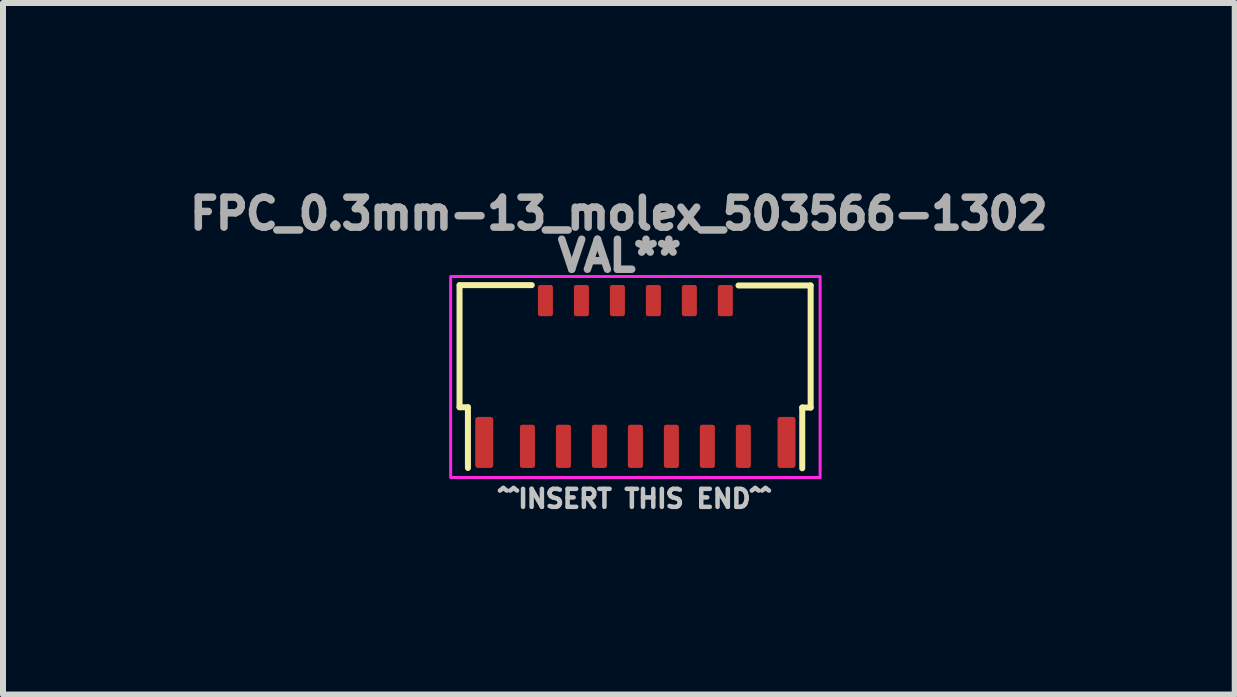
<source format=kicad_pcb>
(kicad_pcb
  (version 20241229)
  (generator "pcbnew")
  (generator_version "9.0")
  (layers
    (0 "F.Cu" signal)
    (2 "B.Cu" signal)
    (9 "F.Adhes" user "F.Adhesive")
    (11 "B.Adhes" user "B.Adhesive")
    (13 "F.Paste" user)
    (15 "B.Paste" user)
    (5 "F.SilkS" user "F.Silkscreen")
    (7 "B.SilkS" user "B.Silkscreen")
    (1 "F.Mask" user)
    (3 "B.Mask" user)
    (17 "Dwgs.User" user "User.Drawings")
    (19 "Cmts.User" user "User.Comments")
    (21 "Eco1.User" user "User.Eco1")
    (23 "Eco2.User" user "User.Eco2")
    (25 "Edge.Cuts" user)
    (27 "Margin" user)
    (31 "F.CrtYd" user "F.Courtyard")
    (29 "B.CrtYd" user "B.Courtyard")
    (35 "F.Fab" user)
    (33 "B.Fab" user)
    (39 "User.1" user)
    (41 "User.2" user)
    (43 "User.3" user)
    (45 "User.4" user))
  (footprint "FPC_0.3mm-13_molex_503566-1302"
    (layer "F.Cu")
    (at 7.544 3.127)
    (property "Reference" "FPC_0.3mm-13_molex_503566-1302" (at -0.276 -2.615 0) (unlocked yes) (layer "F.Fab") (effects (font (size 0.5 0.5) (thickness 0.125))))
    (attr smd)
    (fp_line (start -2.932 0.613) (end -2.932 -1.422) (stroke (width 0.1) (type default)) (layer "F.SilkS"))
    (fp_line (start -2.792 0.613) (end -2.932 0.613) (stroke (width 0.1) (type default)) (layer "F.SilkS"))
    (fp_line (start -2.792 1.626) (end -2.792 0.613) (stroke (width 0.1) (type default)) (layer "F.SilkS"))
    (fp_line (start -1.728 -1.423) (end -2.93 -1.423) (stroke (width 0.1) (type default)) (layer "F.SilkS"))
    (fp_line (start 2.782 0.618) (end 2.922 0.618) (stroke (width 0.1) (type default)) (layer "F.SilkS"))
    (fp_line (start 2.782 1.631) (end 2.782 0.618) (stroke (width 0.1) (type default)) (layer "F.SilkS"))
    (fp_line (start 2.922 -1.417) (end 1.719 -1.417) (stroke (width 0.1) (type default)) (layer "F.SilkS"))
    (fp_line (start 2.922 0.618) (end 2.922 -1.417) (stroke (width 0.1) (type default)) (layer "F.SilkS"))
    (fp_rect (start -3.08 -1.567) (end 3.08 1.784) (stroke (width 0.05) (type default)) (fill no) (layer "F.CrtYd"))
    (fp_text user "^^INSERT THIS END^^" (at -0.016 2.314 0) (unlocked yes) (layer "Dwgs.User") (effects (font (size 0.3 0.3) (thickness 0.075)) (justify bottom)))
    (fp_text user "VAL**" (at -0.264 -1.913 0) (unlocked yes) (layer "F.Fab") (effects (font (size 0.5 0.5) (thickness 0.15))))
    (pad "1" smd roundrect (at 1.8 1.265) (size 0.25 0.72) (layers "F.Cu" "F.Mask" "F.Paste") (roundrect_rratio 0.15))
    (pad "2" smd roundrect (at 1.5 -1.165) (size 0.25 0.52) (layers "F.Cu" "F.Mask" "F.Paste") (roundrect_rratio 0.15))
    (pad "3" smd roundrect (at 1.2 1.265) (size 0.25 0.72) (layers "F.Cu" "F.Mask" "F.Paste") (roundrect_rratio 0.15))
    (pad "4" smd roundrect (at 0.9 -1.165) (size 0.25 0.52) (layers "F.Cu" "F.Mask" "F.Paste") (roundrect_rratio 0.15))
    (pad "5" smd roundrect (at 0.6 1.265) (size 0.25 0.72) (layers "F.Cu" "F.Mask" "F.Paste") (roundrect_rratio 0.15))
    (pad "6" smd roundrect (at 0.3 -1.165) (size 0.25 0.52) (layers "F.Cu" "F.Mask" "F.Paste") (roundrect_rratio 0.15))
    (pad "7" smd roundrect (at 0 1.265) (size 0.25 0.72) (layers "F.Cu" "F.Mask" "F.Paste") (roundrect_rratio 0.15))
    (pad "8" smd roundrect (at -0.3 -1.165) (size 0.25 0.52) (layers "F.Cu" "F.Mask" "F.Paste") (roundrect_rratio 0.15))
    (pad "9" smd roundrect (at -0.6 1.265) (size 0.25 0.72) (layers "F.Cu" "F.Mask" "F.Paste") (roundrect_rratio 0.15))
    (pad "10" smd roundrect (at -0.9 -1.165) (size 0.25 0.52) (layers "F.Cu" "F.Mask" "F.Paste") (roundrect_rratio 0.15))
    (pad "11" smd roundrect (at -1.2 1.265) (size 0.25 0.72) (layers "F.Cu" "F.Mask" "F.Paste") (roundrect_rratio 0.15))
    (pad "12" smd roundrect (at -1.5 -1.165) (size 0.25 0.52) (layers "F.Cu" "F.Mask" "F.Paste") (roundrect_rratio 0.15))
    (pad "13" smd roundrect (at -1.8 1.265) (size 0.25 0.72) (layers "F.Cu" "F.Mask" "F.Paste") (roundrect_rratio 0.15))
    (pad "M1" smd roundrect (at -2.52 1.2) (size 0.3 0.85) (layers "F.Cu" "F.Mask" "F.Paste") (roundrect_rratio 0.15))
    (pad "M1" smd roundrect (at 2.52 1.2) (size 0.3 0.85) (layers "F.Cu" "F.Mask" "F.Paste") (roundrect_rratio 0.15)))
  (gr_rect
    (start -3 -3)
    (end 17.537 8.53)
    (stroke (width 0.1) (type default))
    (fill no)
    (layer "Edge.Cuts")))
</source>
